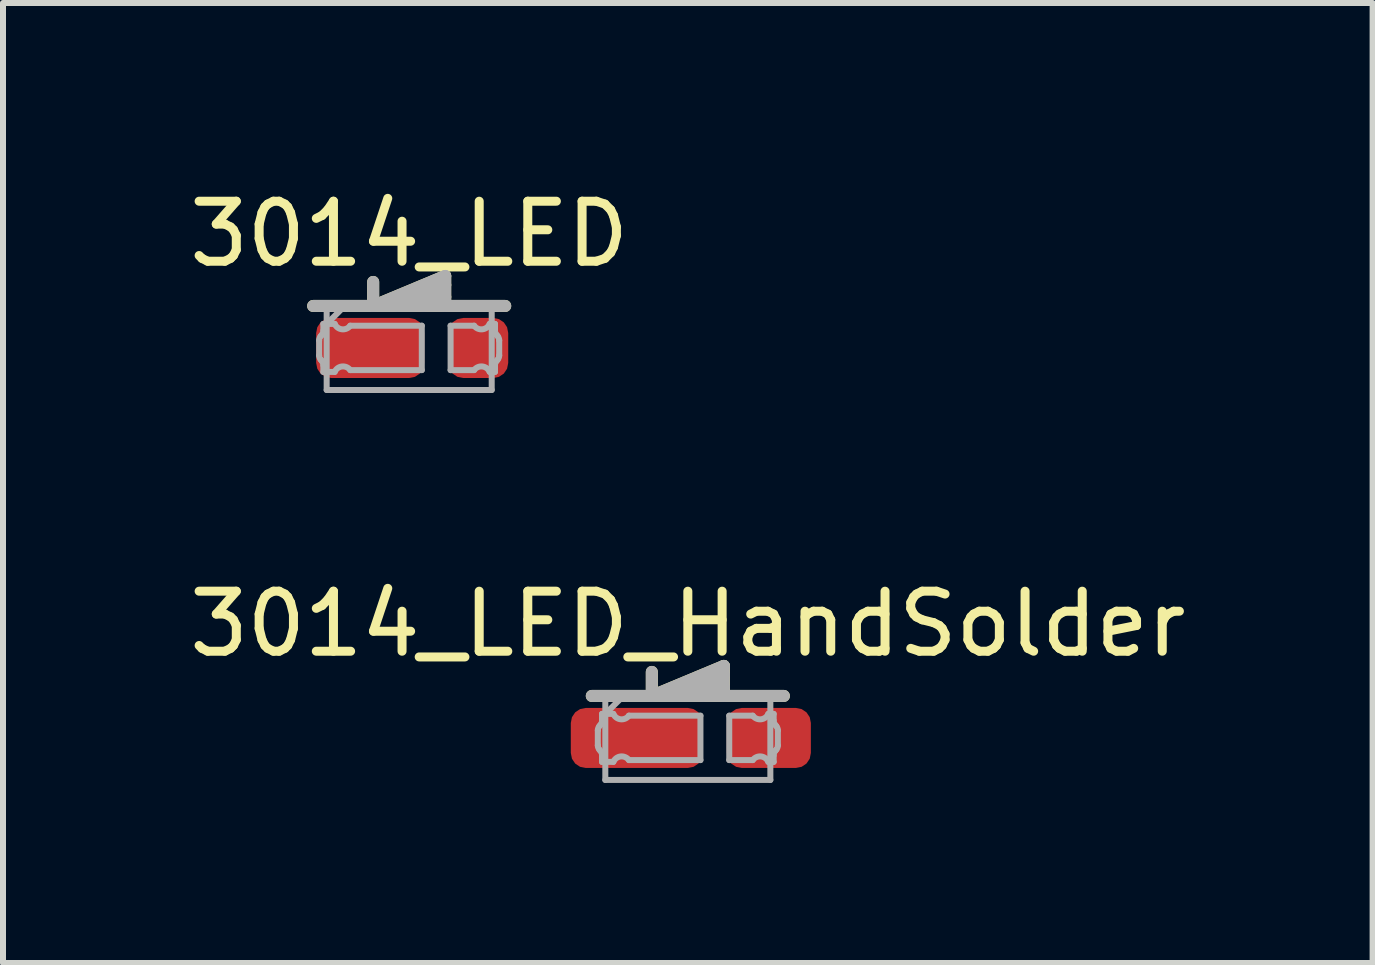
<source format=kicad_pcb>
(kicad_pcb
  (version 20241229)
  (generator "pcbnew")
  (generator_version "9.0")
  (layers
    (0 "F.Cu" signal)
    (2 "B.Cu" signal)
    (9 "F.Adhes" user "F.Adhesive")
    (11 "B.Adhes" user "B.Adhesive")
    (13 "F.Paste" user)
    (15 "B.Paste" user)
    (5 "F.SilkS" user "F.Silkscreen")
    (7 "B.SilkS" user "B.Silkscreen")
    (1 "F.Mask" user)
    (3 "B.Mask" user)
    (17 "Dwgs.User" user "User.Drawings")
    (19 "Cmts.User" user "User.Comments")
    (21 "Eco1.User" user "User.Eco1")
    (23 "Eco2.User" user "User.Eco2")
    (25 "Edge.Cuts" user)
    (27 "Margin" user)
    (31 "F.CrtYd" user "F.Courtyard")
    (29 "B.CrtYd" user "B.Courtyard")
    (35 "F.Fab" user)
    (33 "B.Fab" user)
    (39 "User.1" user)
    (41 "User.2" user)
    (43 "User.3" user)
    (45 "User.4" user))
  (footprint "3014_LED"
    (layer "F.Cu")
    (at 3.768 2.748)
    (property "Reference" "3014_LED" (at 0 -1.9 0) (unlocked yes) (layer "F.SilkS") (effects (font (size 1 1) (thickness 0.15))))
    (attr smd)
    (fp_line (start -1.6 -0.7) (end 1.6 -0.7) (stroke (width 0.2) (type solid)) (layer "F.SilkS"))
    (fp_line (start -0.6 -0.7) (end -0.6 -1.1) (stroke (width 0.2) (type solid)) (layer "F.SilkS"))
    (fp_line (start -0.6 -0.7) (end 0.6 -1.2) (stroke (width 0.2) (type solid)) (layer "F.SilkS"))
    (fp_line (start -0.2 -0.7) (end 0.6 -1.05) (stroke (width 0.2) (type solid)) (layer "F.SilkS"))
    (fp_line (start 0.6 -1.2) (end 0.6 -0.7) (stroke (width 0.2) (type solid)) (layer "F.SilkS"))
    (fp_line (start 0.6 -0.85) (end 0.25 -0.7) (stroke (width 0.2) (type solid)) (layer "F.SilkS"))
    (fp_line (start -1.6 -0.7) (end 1.6 -0.7) (stroke (width 0.2) (type solid)) (layer "F.Fab"))
    (fp_line (start -1.5 0.124) (end -1.5 -0.126) (stroke (width 0.1) (type solid)) (layer "F.Fab"))
    (fp_line (start -1.474 -0.197) (end -1.456 -0.219) (stroke (width 0.1) (type solid)) (layer "F.Fab"))
    (fp_line (start -1.456 0.217) (end -1.474 0.194) (stroke (width 0.1) (type solid)) (layer "F.Fab"))
    (fp_line (start -1.43 -0.401) (end -1.241 -0.401) (stroke (width 0.1) (type solid)) (layer "F.Fab"))
    (fp_line (start -1.43 -0.29) (end -1.43 -0.401) (stroke (width 0.1) (type solid)) (layer "F.Fab"))
    (fp_line (start -1.43 0.399) (end -1.43 0.287) (stroke (width 0.1) (type solid)) (layer "F.Fab"))
    (fp_line (start -1.375 -0.7) (end 1.375 -0.7) (stroke (width 0.1) (type solid)) (layer "F.Fab"))
    (fp_line (start -1.375 0.7) (end -1.375 -0.7) (stroke (width 0.1) (type solid)) (layer "F.Fab"))
    (fp_line (start -1.241 0.399) (end -1.43 0.399) (stroke (width 0.1) (type solid)) (layer "F.Fab"))
    (fp_line (start -1.075 -0.7) (end -1.375 -0.4) (stroke (width 0.1) (type solid)) (layer "F.Fab"))
    (fp_line (start -0.982 -0.371) (end 0.21 -0.371) (stroke (width 0.1) (type solid)) (layer "F.Fab"))
    (fp_line (start -0.6 -0.7) (end -0.6 -1.1) (stroke (width 0.2) (type solid)) (layer "F.Fab"))
    (fp_line (start -0.6 -0.7) (end 0.6 -1.2) (stroke (width 0.2) (type solid)) (layer "F.Fab"))
    (fp_line (start -0.2 -0.7) (end 0.6 -1.05) (stroke (width 0.2) (type solid)) (layer "F.Fab"))
    (fp_line (start 0.21 -0.371) (end 0.21 0.369) (stroke (width 0.1) (type solid)) (layer "F.Fab"))
    (fp_line (start 0.21 0.369) (end -0.982 0.369) (stroke (width 0.1) (type solid)) (layer "F.Fab"))
    (fp_line (start 0.6 -1.2) (end 0.6 -0.7) (stroke (width 0.2) (type solid)) (layer "F.Fab"))
    (fp_line (start 0.6 -0.85) (end 0.25 -0.7) (stroke (width 0.2) (type solid)) (layer "F.Fab"))
    (fp_line (start 0.69 -0.371) (end 1.082 -0.371) (stroke (width 0.1) (type solid)) (layer "F.Fab"))
    (fp_line (start 0.69 0.369) (end 0.69 -0.371) (stroke (width 0.1) (type solid)) (layer "F.Fab"))
    (fp_line (start 1.082 0.369) (end 0.69 0.369) (stroke (width 0.1) (type solid)) (layer "F.Fab"))
    (fp_line (start 1.341 -0.401) (end 1.43 -0.401) (stroke (width 0.1) (type solid)) (layer "F.Fab"))
    (fp_line (start 1.375 -0.7) (end 1.375 0.7) (stroke (width 0.1) (type solid)) (layer "F.Fab"))
    (fp_line (start 1.375 0.7) (end -1.375 0.7) (stroke (width 0.1) (type solid)) (layer "F.Fab"))
    (fp_line (start 1.43 -0.401) (end 1.43 -0.29) (stroke (width 0.1) (type solid)) (layer "F.Fab"))
    (fp_line (start 1.43 0.287) (end 1.43 0.399) (stroke (width 0.1) (type solid)) (layer "F.Fab"))
    (fp_line (start 1.43 0.399) (end 1.341 0.399) (stroke (width 0.1) (type solid)) (layer "F.Fab"))
    (fp_line (start 1.456 -0.219) (end 1.474 -0.197) (stroke (width 0.1) (type solid)) (layer "F.Fab"))
    (fp_line (start 1.474 0.194) (end 1.456 0.217) (stroke (width 0.1) (type solid)) (layer "F.Fab"))
    (fp_line (start 1.5 -0.126) (end 1.5 0.124) (stroke (width 0.1) (type solid)) (layer "F.Fab"))
    (fp_arc (start -1.5 -0.12634) (mid -1.493372 -0.163905) (end -1.474333 -0.196965) (stroke (width 0.1) (type solid)) (layer "F.Fab"))
    (fp_arc (start -1.474333 0.194405) (mid -1.493378 0.161351) (end -1.5 0.12378) (stroke (width 0.1) (type solid)) (layer "F.Fab"))
    (fp_arc (start -1.455667 0.216695) (mid -1.436622 0.249749) (end -1.43 0.28732) (stroke (width 0.1) (type solid)) (layer "F.Fab"))
    (fp_arc (start -1.43 -0.289879) (mid -1.436617 -0.252306) (end -1.455667 -0.219254) (stroke (width 0.1) (type solid)) (layer "F.Fab"))
    (fp_arc (start -1.240889 0.39872) (mid -1.120108 0.308415) (end -0.981881 0.36872) (stroke (width 0.1) (type solid)) (layer "F.Fab"))
    (fp_arc (start -0.981881 -0.37128) (mid -1.120108 -0.310968) (end -1.240889 -0.40128) (stroke (width 0.1) (type solid)) (layer "F.Fab"))
    (fp_arc (start 1.081881 0.36872) (mid 1.220108 0.308411) (end 1.340889 0.39872) (stroke (width 0.1) (type solid)) (layer "F.Fab"))
    (fp_arc (start 1.340889 -0.40128) (mid 1.220108 -0.310969) (end 1.081881 -0.37128) (stroke (width 0.1) (type solid)) (layer "F.Fab"))
    (fp_arc (start 1.43 0.28732) (mid 1.436616 0.249748) (end 1.455667 0.216695) (stroke (width 0.1) (type solid)) (layer "F.Fab"))
    (fp_arc (start 1.455667 -0.219254) (mid 1.43661 -0.252305) (end 1.43 -0.289879) (stroke (width 0.1) (type solid)) (layer "F.Fab"))
    (fp_arc (start 1.474333 -0.196965) (mid 1.493384 -0.163912) (end 1.5 -0.12634) (stroke (width 0.1) (type solid)) (layer "F.Fab"))
    (fp_arc (start 1.5 0.12378) (mid 1.493384 0.161352) (end 1.474333 0.194405) (stroke (width 0.1) (type solid)) (layer "F.Fab"))
    (pad "A" smd roundrect (at 1.15 0) (size 1 1) (layers "F.Cu" "F.Mask" "F.Paste") (roundrect_rratio 0.25))
    (pad "K" smd roundrect (at -0.65 0) (size 1.8 1) (layers "F.Cu" "F.Mask" "F.Paste") (roundrect_rratio 0.25)))
  (footprint "3014_LED_HandSolder"
    (layer "F.Cu")
    (at 8.411 9.246)
    (property "Reference" "3014_LED_HandSolder" (at 0 -1.9 0) (unlocked yes) (layer "F.SilkS") (effects (font (size 1 1) (thickness 0.15))))
    (attr smd)
    (fp_line (start -1.6 -0.7) (end 1.6 -0.7) (stroke (width 0.2) (type solid)) (layer "F.SilkS"))
    (fp_line (start -0.6 -0.7) (end -0.6 -1.1) (stroke (width 0.2) (type solid)) (layer "F.SilkS"))
    (fp_line (start -0.6 -0.7) (end 0.6 -1.2) (stroke (width 0.2) (type solid)) (layer "F.SilkS"))
    (fp_line (start -0.2 -0.7) (end 0.6 -1.05) (stroke (width 0.2) (type solid)) (layer "F.SilkS"))
    (fp_line (start 0.6 -1.2) (end 0.6 -0.7) (stroke (width 0.2) (type solid)) (layer "F.SilkS"))
    (fp_line (start 0.6 -0.85) (end 0.25 -0.7) (stroke (width 0.2) (type solid)) (layer "F.SilkS"))
    (fp_line (start -1.6 -0.7) (end 1.6 -0.7) (stroke (width 0.2) (type solid)) (layer "F.Fab"))
    (fp_line (start -1.5 0.124) (end -1.5 -0.126) (stroke (width 0.1) (type solid)) (layer "F.Fab"))
    (fp_line (start -1.474 -0.197) (end -1.456 -0.219) (stroke (width 0.1) (type solid)) (layer "F.Fab"))
    (fp_line (start -1.456 0.217) (end -1.474 0.194) (stroke (width 0.1) (type solid)) (layer "F.Fab"))
    (fp_line (start -1.43 -0.401) (end -1.241 -0.401) (stroke (width 0.1) (type solid)) (layer "F.Fab"))
    (fp_line (start -1.43 -0.29) (end -1.43 -0.401) (stroke (width 0.1) (type solid)) (layer "F.Fab"))
    (fp_line (start -1.43 0.399) (end -1.43 0.287) (stroke (width 0.1) (type solid)) (layer "F.Fab"))
    (fp_line (start -1.375 -0.7) (end 1.375 -0.7) (stroke (width 0.1) (type solid)) (layer "F.Fab"))
    (fp_line (start -1.375 0.7) (end -1.375 -0.7) (stroke (width 0.1) (type solid)) (layer "F.Fab"))
    (fp_line (start -1.241 0.399) (end -1.43 0.399) (stroke (width 0.1) (type solid)) (layer "F.Fab"))
    (fp_line (start -1.075 -0.7) (end -1.375 -0.4) (stroke (width 0.1) (type solid)) (layer "F.Fab"))
    (fp_line (start -0.982 -0.371) (end 0.21 -0.371) (stroke (width 0.1) (type solid)) (layer "F.Fab"))
    (fp_line (start -0.6 -0.7) (end -0.6 -1.1) (stroke (width 0.2) (type solid)) (layer "F.Fab"))
    (fp_line (start -0.6 -0.7) (end 0.6 -1.2) (stroke (width 0.2) (type solid)) (layer "F.Fab"))
    (fp_line (start -0.2 -0.7) (end 0.6 -1.05) (stroke (width 0.2) (type solid)) (layer "F.Fab"))
    (fp_line (start 0.21 -0.371) (end 0.21 0.369) (stroke (width 0.1) (type solid)) (layer "F.Fab"))
    (fp_line (start 0.21 0.369) (end -0.982 0.369) (stroke (width 0.1) (type solid)) (layer "F.Fab"))
    (fp_line (start 0.6 -1.2) (end 0.6 -0.7) (stroke (width 0.2) (type solid)) (layer "F.Fab"))
    (fp_line (start 0.6 -0.85) (end 0.25 -0.7) (stroke (width 0.2) (type solid)) (layer "F.Fab"))
    (fp_line (start 0.69 -0.371) (end 1.082 -0.371) (stroke (width 0.1) (type solid)) (layer "F.Fab"))
    (fp_line (start 0.69 0.369) (end 0.69 -0.371) (stroke (width 0.1) (type solid)) (layer "F.Fab"))
    (fp_line (start 1.082 0.369) (end 0.69 0.369) (stroke (width 0.1) (type solid)) (layer "F.Fab"))
    (fp_line (start 1.341 -0.401) (end 1.43 -0.401) (stroke (width 0.1) (type solid)) (layer "F.Fab"))
    (fp_line (start 1.375 -0.7) (end 1.375 0.7) (stroke (width 0.1) (type solid)) (layer "F.Fab"))
    (fp_line (start 1.375 0.7) (end -1.375 0.7) (stroke (width 0.1) (type solid)) (layer "F.Fab"))
    (fp_line (start 1.43 -0.401) (end 1.43 -0.29) (stroke (width 0.1) (type solid)) (layer "F.Fab"))
    (fp_line (start 1.43 0.287) (end 1.43 0.399) (stroke (width 0.1) (type solid)) (layer "F.Fab"))
    (fp_line (start 1.43 0.399) (end 1.341 0.399) (stroke (width 0.1) (type solid)) (layer "F.Fab"))
    (fp_line (start 1.456 -0.219) (end 1.474 -0.197) (stroke (width 0.1) (type solid)) (layer "F.Fab"))
    (fp_line (start 1.474 0.194) (end 1.456 0.217) (stroke (width 0.1) (type solid)) (layer "F.Fab"))
    (fp_line (start 1.5 -0.126) (end 1.5 0.124) (stroke (width 0.1) (type solid)) (layer "F.Fab"))
    (fp_arc (start -1.5 -0.12634) (mid -1.493372 -0.163905) (end -1.474333 -0.196965) (stroke (width 0.1) (type solid)) (layer "F.Fab"))
    (fp_arc (start -1.474333 0.194405) (mid -1.493378 0.161351) (end -1.5 0.12378) (stroke (width 0.1) (type solid)) (layer "F.Fab"))
    (fp_arc (start -1.455667 0.216695) (mid -1.436622 0.249749) (end -1.43 0.28732) (stroke (width 0.1) (type solid)) (layer "F.Fab"))
    (fp_arc (start -1.43 -0.289879) (mid -1.436617 -0.252306) (end -1.455667 -0.219254) (stroke (width 0.1) (type solid)) (layer "F.Fab"))
    (fp_arc (start -1.240889 0.39872) (mid -1.120108 0.308415) (end -0.981881 0.36872) (stroke (width 0.1) (type solid)) (layer "F.Fab"))
    (fp_arc (start -0.981881 -0.37128) (mid -1.120108 -0.310968) (end -1.240889 -0.40128) (stroke (width 0.1) (type solid)) (layer "F.Fab"))
    (fp_arc (start 1.081881 0.36872) (mid 1.220108 0.308411) (end 1.340889 0.39872) (stroke (width 0.1) (type solid)) (layer "F.Fab"))
    (fp_arc (start 1.340889 -0.40128) (mid 1.220108 -0.310969) (end 1.081881 -0.37128) (stroke (width 0.1) (type solid)) (layer "F.Fab"))
    (fp_arc (start 1.43 0.28732) (mid 1.436616 0.249748) (end 1.455667 0.216695) (stroke (width 0.1) (type solid)) (layer "F.Fab"))
    (fp_arc (start 1.455667 -0.219254) (mid 1.43661 -0.252305) (end 1.43 -0.289879) (stroke (width 0.1) (type solid)) (layer "F.Fab"))
    (fp_arc (start 1.474333 -0.196965) (mid 1.493384 -0.163912) (end 1.5 -0.12634) (stroke (width 0.1) (type solid)) (layer "F.Fab"))
    (fp_arc (start 1.5 0.12378) (mid 1.493384 0.161352) (end 1.474333 0.194405) (stroke (width 0.1) (type solid)) (layer "F.Fab"))
    (pad "A" smd roundrect (at 1.35 0) (size 1.4 1) (layers "F.Cu" "F.Mask" "F.Paste") (roundrect_rratio 0.25))
    (pad "K" smd roundrect (at -0.85 0) (size 2.2 1) (layers "F.Cu" "F.Mask" "F.Paste") (roundrect_rratio 0.25)))
  (gr_rect
    (start -3 -3)
    (end 19.821 12.996)
    (stroke (width 0.1) (type default))
    (fill no)
    (layer "Edge.Cuts")))
</source>
